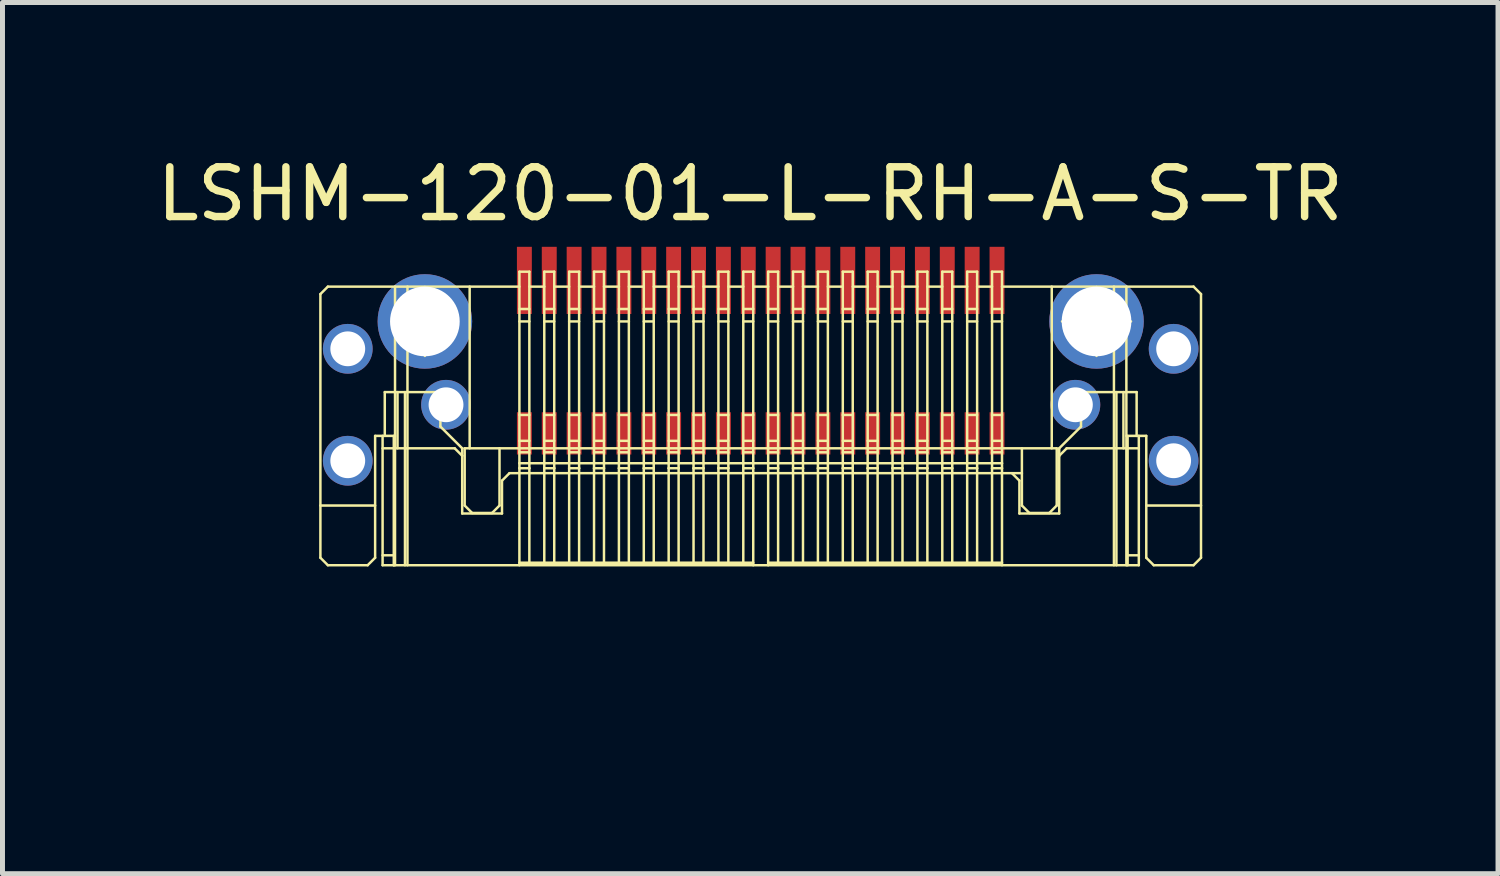
<source format=kicad_pcb>
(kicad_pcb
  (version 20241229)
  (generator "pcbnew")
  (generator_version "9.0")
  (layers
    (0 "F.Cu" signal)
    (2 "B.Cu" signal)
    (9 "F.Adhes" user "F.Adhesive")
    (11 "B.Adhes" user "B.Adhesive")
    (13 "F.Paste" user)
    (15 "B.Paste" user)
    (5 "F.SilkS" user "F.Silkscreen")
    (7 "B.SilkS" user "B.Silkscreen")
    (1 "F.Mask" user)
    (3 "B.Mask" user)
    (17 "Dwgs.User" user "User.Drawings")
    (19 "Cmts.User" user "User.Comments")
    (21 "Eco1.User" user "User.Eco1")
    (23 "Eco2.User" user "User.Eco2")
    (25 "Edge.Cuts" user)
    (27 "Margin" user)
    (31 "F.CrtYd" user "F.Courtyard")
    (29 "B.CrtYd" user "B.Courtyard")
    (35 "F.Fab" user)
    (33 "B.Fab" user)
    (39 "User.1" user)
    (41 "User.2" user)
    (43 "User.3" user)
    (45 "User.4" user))
  (footprint "LSHM-120-01-L-RH-A-S-TR"
    (layer "F.Cu")
    (at 12.24 11.261)
    (property "Reference" "LSHM-120-01-L-RH-A-S-TR" (at -0.21 -10.413 0) (layer "F.SilkS") (effects (font (size 1 1) (thickness 0.15))))
    (attr through_hole)
    (fp_line (start -8.85 -8.4) (end -8.85 -3.1) (stroke (width 0.05) (type solid)) (layer "F.SilkS"))
    (fp_line (start -8.85 -3.1) (end -8.7 -2.95) (stroke (width 0.05) (type solid)) (layer "F.SilkS"))
    (fp_line (start -8.7 -8.55) (end -8.85 -8.4) (stroke (width 0.05) (type solid)) (layer "F.SilkS"))
    (fp_line (start -8.7 -2.95) (end -7.9 -2.95) (stroke (width 0.05) (type solid)) (layer "F.SilkS"))
    (fp_line (start -8.4 -7.55) (end -8.2 -7.55) (stroke (width 0.05) (type solid)) (layer "F.SilkS"))
    (fp_line (start -8.4 -7.05) (end -8.4 -7.55) (stroke (width 0.05) (type solid)) (layer "F.SilkS"))
    (fp_line (start -8.4 -5.3) (end -8.2 -5.3) (stroke (width 0.05) (type solid)) (layer "F.SilkS"))
    (fp_line (start -8.4 -4.8) (end -8.4 -5.3) (stroke (width 0.05) (type solid)) (layer "F.SilkS"))
    (fp_line (start -8.2 -7.45) (end -8.4 -7.45) (stroke (width 0.05) (type solid)) (layer "F.SilkS"))
    (fp_line (start -8.2 -7.15) (end -8.4 -7.15) (stroke (width 0.05) (type solid)) (layer "F.SilkS"))
    (fp_line (start -8.2 -7.05) (end -8.4 -7.05) (stroke (width 0.05) (type solid)) (layer "F.SilkS"))
    (fp_line (start -8.2 -7.05) (end -8.2 -7.55) (stroke (width 0.05) (type solid)) (layer "F.SilkS"))
    (fp_line (start -8.2 -5.2) (end -8.4 -5.2) (stroke (width 0.05) (type solid)) (layer "F.SilkS"))
    (fp_line (start -8.2 -4.9) (end -8.4 -4.9) (stroke (width 0.05) (type solid)) (layer "F.SilkS"))
    (fp_line (start -8.2 -4.8) (end -8.4 -4.8) (stroke (width 0.05) (type solid)) (layer "F.SilkS"))
    (fp_line (start -8.2 -4.8) (end -8.2 -5.3) (stroke (width 0.05) (type solid)) (layer "F.SilkS"))
    (fp_line (start -7.9 -2.95) (end -7.75 -3.1) (stroke (width 0.05) (type solid)) (layer "F.SilkS"))
    (fp_line (start -7.75 -5.55) (end -7.35 -5.55) (stroke (width 0.05) (type solid)) (layer "F.SilkS"))
    (fp_line (start -7.75 -4.15) (end -8.85 -4.15) (stroke (width 0.05) (type solid)) (layer "F.SilkS"))
    (fp_line (start -7.75 -3.1) (end -7.75 -5.55) (stroke (width 0.05) (type solid)) (layer "F.SilkS"))
    (fp_line (start -7.6 -5.55) (end -7.6 -2.95) (stroke (width 0.05) (type solid)) (layer "F.SilkS"))
    (fp_line (start -7.6 -3.15) (end -7.375 -3.15) (stroke (width 0.05) (type solid)) (layer "F.SilkS"))
    (fp_line (start -7.6 -2.95) (end -7.375 -2.95) (stroke (width 0.05) (type solid)) (layer "F.SilkS"))
    (fp_line (start -7.556 -6.43) (end -7.556 -5.55) (stroke (width 0.05) (type solid)) (layer "F.SilkS"))
    (fp_line (start -7.375 -5.55) (end -7.375 -5.3) (stroke (width 0.05) (type solid)) (layer "F.SilkS"))
    (fp_line (start -7.375 -2.95) (end -7.375 -5.3) (stroke (width 0.05) (type solid)) (layer "F.SilkS"))
    (fp_line (start -7.354 -7.85) (end -6.146 -7.85) (stroke (width 0.05) (type solid)) (layer "F.SilkS"))
    (fp_line (start -7.35 -5.3) (end -7.35 -8.55) (stroke (width 0.05) (type solid)) (layer "F.SilkS"))
    (fp_line (start -7.35 -2.95) (end -7.35 -5.3) (stroke (width 0.05) (type solid)) (layer "F.SilkS"))
    (fp_line (start -7.3 -6.43) (end -7.3 -5.3) (stroke (width 0.05) (type solid)) (layer "F.SilkS"))
    (fp_line (start -7.15 -5.3) (end -7.15 -6.43) (stroke (width 0.05) (type solid)) (layer "F.SilkS"))
    (fp_line (start -7.15 -2.95) (end -7.15 -5.3) (stroke (width 0.05) (type solid)) (layer "F.SilkS"))
    (fp_line (start -7.1 -5.3) (end -7.1 -8.55) (stroke (width 0.05) (type solid)) (layer "F.SilkS"))
    (fp_line (start -7.1 -2.95) (end -7.1 -5.3) (stroke (width 0.05) (type solid)) (layer "F.SilkS"))
    (fp_line (start -6.75 -7.157) (end -6.75 -8.543) (stroke (width 0.05) (type solid)) (layer "F.SilkS"))
    (fp_line (start -6.438 -6.43) (end -6.438 -5.737) (stroke (width 0.05) (type solid)) (layer "F.SilkS"))
    (fp_line (start -6.438 -6.38) (end -6.213 -6.38) (stroke (width 0.05) (type solid)) (layer "F.SilkS"))
    (fp_line (start -6.438 -5.737) (end -6 -5.3) (stroke (width 0.05) (type solid)) (layer "F.SilkS"))
    (fp_line (start -6.213 -6.43) (end -7.556 -6.43) (stroke (width 0.05) (type solid)) (layer "F.SilkS"))
    (fp_line (start -6.213 -6.43) (end -6.213 -5.93) (stroke (width 0.05) (type solid)) (layer "F.SilkS"))
    (fp_line (start -6.213 -5.98) (end -6.438 -5.98) (stroke (width 0.05) (type solid)) (layer "F.SilkS"))
    (fp_line (start -6.213 -5.93) (end -6.438 -5.93) (stroke (width 0.05) (type solid)) (layer "F.SilkS"))
    (fp_line (start -6.15 -5.3) (end -7.6 -5.3) (stroke (width 0.05) (type solid)) (layer "F.SilkS"))
    (fp_line (start -6.15 -5.3) (end -6 -5.15) (stroke (width 0.05) (type solid)) (layer "F.SilkS"))
    (fp_line (start -6 -5.3) (end -6 -5.15) (stroke (width 0.05) (type solid)) (layer "F.SilkS"))
    (fp_line (start -6 -5.15) (end -6 -3.99) (stroke (width 0.05) (type solid)) (layer "F.SilkS"))
    (fp_line (start -6 -3.99) (end -5.2 -3.99) (stroke (width 0.05) (type solid)) (layer "F.SilkS"))
    (fp_line (start -5.95 -5.3) (end -5.95 -4.15) (stroke (width 0.05) (type solid)) (layer "F.SilkS"))
    (fp_line (start -5.95 -4.15) (end -5.8 -4) (stroke (width 0.05) (type solid)) (layer "F.SilkS"))
    (fp_line (start -5.85 -8.55) (end -5.85 -5.3) (stroke (width 0.05) (type solid)) (layer "F.SilkS"))
    (fp_line (start -5.8 -4) (end -5.4 -4) (stroke (width 0.05) (type solid)) (layer "F.SilkS"))
    (fp_line (start -5.4 -4) (end -5.25 -4.15) (stroke (width 0.05) (type solid)) (layer "F.SilkS"))
    (fp_line (start -5.25 -4.15) (end -5.25 -5.3) (stroke (width 0.05) (type solid)) (layer "F.SilkS"))
    (fp_line (start -5.2 -4.65) (end -5.05 -4.8) (stroke (width 0.05) (type solid)) (layer "F.SilkS"))
    (fp_line (start -5.2 -3.99) (end -5.2 -4.65) (stroke (width 0.05) (type solid)) (layer "F.SilkS"))
    (fp_line (start -5.05 -4.8) (end 5.25 -4.8) (stroke (width 0.05) (type solid)) (layer "F.SilkS"))
    (fp_line (start -4.85 -8.85) (end -4.85 -5) (stroke (width 0.05) (type solid)) (layer "F.SilkS"))
    (fp_line (start -4.85 -8.55) (end -8.7 -8.55) (stroke (width 0.05) (type solid)) (layer "F.SilkS"))
    (fp_line (start -4.85 -7.85) (end -4.65 -7.85) (stroke (width 0.05) (type solid)) (layer "F.SilkS"))
    (fp_line (start -4.85 -5) (end -4.85 -4.9) (stroke (width 0.05) (type solid)) (layer "F.SilkS"))
    (fp_line (start -4.85 -4.9) (end -4.85 -2.95) (stroke (width 0.05) (type solid)) (layer "F.SilkS"))
    (fp_line (start -4.85 -4.9) (end -4.65 -4.9) (stroke (width 0.05) (type solid)) (layer "F.SilkS"))
    (fp_line (start -4.65 -8.85) (end -4.85 -8.85) (stroke (width 0.05) (type solid)) (layer "F.SilkS"))
    (fp_line (start -4.65 -8.85) (end -4.65 -5) (stroke (width 0.05) (type solid)) (layer "F.SilkS"))
    (fp_line (start -4.65 -8.1) (end -4.85 -8.1) (stroke (width 0.05) (type solid)) (layer "F.SilkS"))
    (fp_line (start -4.65 -5.97) (end -4.85 -5.97) (stroke (width 0.05) (type solid)) (layer "F.SilkS"))
    (fp_line (start -4.65 -5.45) (end -4.85 -5.45) (stroke (width 0.05) (type solid)) (layer "F.SilkS"))
    (fp_line (start -4.65 -5.22) (end -4.85 -5.22) (stroke (width 0.05) (type solid)) (layer "F.SilkS"))
    (fp_line (start -4.65 -4.9) (end -4.65 -5) (stroke (width 0.05) (type solid)) (layer "F.SilkS"))
    (fp_line (start -4.65 -3) (end -4.65 -4.9) (stroke (width 0.05) (type solid)) (layer "F.SilkS"))
    (fp_line (start -4.35 -8.55) (end -4.65 -8.55) (stroke (width 0.05) (type solid)) (layer "F.SilkS"))
    (fp_line (start -4.35 -7.85) (end -4.15 -7.85) (stroke (width 0.05) (type solid)) (layer "F.SilkS"))
    (fp_line (start -4.35 -5) (end -4.35 -8.85) (stroke (width 0.05) (type solid)) (layer "F.SilkS"))
    (fp_line (start -4.35 -5) (end -4.35 -4.9) (stroke (width 0.05) (type solid)) (layer "F.SilkS"))
    (fp_line (start -4.35 -4.9) (end -4.35 -3) (stroke (width 0.05) (type solid)) (layer "F.SilkS"))
    (fp_line (start -4.35 -4.9) (end -4.15 -4.9) (stroke (width 0.05) (type solid)) (layer "F.SilkS"))
    (fp_line (start -4.15 -8.85) (end -4.35 -8.85) (stroke (width 0.05) (type solid)) (layer "F.SilkS"))
    (fp_line (start -4.15 -8.85) (end -4.15 -5) (stroke (width 0.05) (type solid)) (layer "F.SilkS"))
    (fp_line (start -4.15 -8.1) (end -4.35 -8.1) (stroke (width 0.05) (type solid)) (layer "F.SilkS"))
    (fp_line (start -4.15 -5.97) (end -4.35 -5.97) (stroke (width 0.05) (type solid)) (layer "F.SilkS"))
    (fp_line (start -4.15 -5.45) (end -4.35 -5.45) (stroke (width 0.05) (type solid)) (layer "F.SilkS"))
    (fp_line (start -4.15 -5.22) (end -4.35 -5.22) (stroke (width 0.05) (type solid)) (layer "F.SilkS"))
    (fp_line (start -4.15 -4.9) (end -4.15 -5) (stroke (width 0.05) (type solid)) (layer "F.SilkS"))
    (fp_line (start -4.15 -3) (end -4.15 -4.9) (stroke (width 0.05) (type solid)) (layer "F.SilkS"))
    (fp_line (start -3.85 -8.55) (end -4.15 -8.55) (stroke (width 0.05) (type solid)) (layer "F.SilkS"))
    (fp_line (start -3.85 -7.85) (end -3.65 -7.85) (stroke (width 0.05) (type solid)) (layer "F.SilkS"))
    (fp_line (start -3.85 -5) (end -3.85 -8.85) (stroke (width 0.05) (type solid)) (layer "F.SilkS"))
    (fp_line (start -3.85 -5) (end -3.85 -4.9) (stroke (width 0.05) (type solid)) (layer "F.SilkS"))
    (fp_line (start -3.85 -4.9) (end -3.85 -3) (stroke (width 0.05) (type solid)) (layer "F.SilkS"))
    (fp_line (start -3.85 -4.9) (end -3.65 -4.9) (stroke (width 0.05) (type solid)) (layer "F.SilkS"))
    (fp_line (start -3.65 -8.85) (end -3.85 -8.85) (stroke (width 0.05) (type solid)) (layer "F.SilkS"))
    (fp_line (start -3.65 -8.85) (end -3.65 -5) (stroke (width 0.05) (type solid)) (layer "F.SilkS"))
    (fp_line (start -3.65 -8.1) (end -3.85 -8.1) (stroke (width 0.05) (type solid)) (layer "F.SilkS"))
    (fp_line (start -3.65 -5.97) (end -3.85 -5.97) (stroke (width 0.05) (type solid)) (layer "F.SilkS"))
    (fp_line (start -3.65 -5.45) (end -3.85 -5.45) (stroke (width 0.05) (type solid)) (layer "F.SilkS"))
    (fp_line (start -3.65 -5.22) (end -3.85 -5.22) (stroke (width 0.05) (type solid)) (layer "F.SilkS"))
    (fp_line (start -3.65 -4.9) (end -3.65 -5) (stroke (width 0.05) (type solid)) (layer "F.SilkS"))
    (fp_line (start -3.65 -3) (end -3.65 -4.9) (stroke (width 0.05) (type solid)) (layer "F.SilkS"))
    (fp_line (start -3.35 -8.55) (end -3.65 -8.55) (stroke (width 0.05) (type solid)) (layer "F.SilkS"))
    (fp_line (start -3.35 -7.85) (end -3.15 -7.85) (stroke (width 0.05) (type solid)) (layer "F.SilkS"))
    (fp_line (start -3.35 -5) (end -3.35 -8.85) (stroke (width 0.05) (type solid)) (layer "F.SilkS"))
    (fp_line (start -3.35 -5) (end -3.35 -4.9) (stroke (width 0.05) (type solid)) (layer "F.SilkS"))
    (fp_line (start -3.35 -4.9) (end -3.35 -3) (stroke (width 0.05) (type solid)) (layer "F.SilkS"))
    (fp_line (start -3.35 -4.9) (end -3.15 -4.9) (stroke (width 0.05) (type solid)) (layer "F.SilkS"))
    (fp_line (start -3.15 -8.85) (end -3.35 -8.85) (stroke (width 0.05) (type solid)) (layer "F.SilkS"))
    (fp_line (start -3.15 -8.85) (end -3.15 -5) (stroke (width 0.05) (type solid)) (layer "F.SilkS"))
    (fp_line (start -3.15 -8.1) (end -3.35 -8.1) (stroke (width 0.05) (type solid)) (layer "F.SilkS"))
    (fp_line (start -3.15 -5.97) (end -3.35 -5.97) (stroke (width 0.05) (type solid)) (layer "F.SilkS"))
    (fp_line (start -3.15 -5.45) (end -3.35 -5.45) (stroke (width 0.05) (type solid)) (layer "F.SilkS"))
    (fp_line (start -3.15 -5.22) (end -3.35 -5.22) (stroke (width 0.05) (type solid)) (layer "F.SilkS"))
    (fp_line (start -3.15 -4.9) (end -3.15 -5) (stroke (width 0.05) (type solid)) (layer "F.SilkS"))
    (fp_line (start -3.15 -3) (end -3.15 -4.9) (stroke (width 0.05) (type solid)) (layer "F.SilkS"))
    (fp_line (start -2.85 -8.55) (end -3.15 -8.55) (stroke (width 0.05) (type solid)) (layer "F.SilkS"))
    (fp_line (start -2.85 -7.85) (end -2.65 -7.85) (stroke (width 0.05) (type solid)) (layer "F.SilkS"))
    (fp_line (start -2.85 -5) (end -2.85 -8.85) (stroke (width 0.05) (type solid)) (layer "F.SilkS"))
    (fp_line (start -2.85 -5) (end -2.85 -4.9) (stroke (width 0.05) (type solid)) (layer "F.SilkS"))
    (fp_line (start -2.85 -4.9) (end -2.85 -3) (stroke (width 0.05) (type solid)) (layer "F.SilkS"))
    (fp_line (start -2.85 -4.9) (end -2.65 -4.9) (stroke (width 0.05) (type solid)) (layer "F.SilkS"))
    (fp_line (start -2.65 -8.85) (end -2.85 -8.85) (stroke (width 0.05) (type solid)) (layer "F.SilkS"))
    (fp_line (start -2.65 -8.85) (end -2.65 -5) (stroke (width 0.05) (type solid)) (layer "F.SilkS"))
    (fp_line (start -2.65 -8.1) (end -2.85 -8.1) (stroke (width 0.05) (type solid)) (layer "F.SilkS"))
    (fp_line (start -2.65 -5.97) (end -2.85 -5.97) (stroke (width 0.05) (type solid)) (layer "F.SilkS"))
    (fp_line (start -2.65 -5.45) (end -2.85 -5.45) (stroke (width 0.05) (type solid)) (layer "F.SilkS"))
    (fp_line (start -2.65 -5.22) (end -2.85 -5.22) (stroke (width 0.05) (type solid)) (layer "F.SilkS"))
    (fp_line (start -2.65 -4.9) (end -2.65 -5) (stroke (width 0.05) (type solid)) (layer "F.SilkS"))
    (fp_line (start -2.65 -3) (end -2.65 -4.9) (stroke (width 0.05) (type solid)) (layer "F.SilkS"))
    (fp_line (start -2.35 -8.55) (end -2.65 -8.55) (stroke (width 0.05) (type solid)) (layer "F.SilkS"))
    (fp_line (start -2.35 -7.85) (end -2.15 -7.85) (stroke (width 0.05) (type solid)) (layer "F.SilkS"))
    (fp_line (start -2.35 -5) (end -2.35 -8.85) (stroke (width 0.05) (type solid)) (layer "F.SilkS"))
    (fp_line (start -2.35 -5) (end -2.35 -4.9) (stroke (width 0.05) (type solid)) (layer "F.SilkS"))
    (fp_line (start -2.35 -4.9) (end -2.35 -3) (stroke (width 0.05) (type solid)) (layer "F.SilkS"))
    (fp_line (start -2.35 -4.9) (end -2.15 -4.9) (stroke (width 0.05) (type solid)) (layer "F.SilkS"))
    (fp_line (start -2.15 -8.85) (end -2.35 -8.85) (stroke (width 0.05) (type solid)) (layer "F.SilkS"))
    (fp_line (start -2.15 -8.85) (end -2.15 -5) (stroke (width 0.05) (type solid)) (layer "F.SilkS"))
    (fp_line (start -2.15 -8.1) (end -2.35 -8.1) (stroke (width 0.05) (type solid)) (layer "F.SilkS"))
    (fp_line (start -2.15 -5.97) (end -2.35 -5.97) (stroke (width 0.05) (type solid)) (layer "F.SilkS"))
    (fp_line (start -2.15 -5.45) (end -2.35 -5.45) (stroke (width 0.05) (type solid)) (layer "F.SilkS"))
    (fp_line (start -2.15 -5.22) (end -2.35 -5.22) (stroke (width 0.05) (type solid)) (layer "F.SilkS"))
    (fp_line (start -2.15 -4.9) (end -2.15 -5) (stroke (width 0.05) (type solid)) (layer "F.SilkS"))
    (fp_line (start -2.15 -3) (end -2.15 -4.9) (stroke (width 0.05) (type solid)) (layer "F.SilkS"))
    (fp_line (start -1.85 -8.55) (end -2.15 -8.55) (stroke (width 0.05) (type solid)) (layer "F.SilkS"))
    (fp_line (start -1.85 -7.85) (end -1.65 -7.85) (stroke (width 0.05) (type solid)) (layer "F.SilkS"))
    (fp_line (start -1.85 -5) (end -1.85 -8.85) (stroke (width 0.05) (type solid)) (layer "F.SilkS"))
    (fp_line (start -1.85 -5) (end -1.85 -4.9) (stroke (width 0.05) (type solid)) (layer "F.SilkS"))
    (fp_line (start -1.85 -4.9) (end -1.85 -3) (stroke (width 0.05) (type solid)) (layer "F.SilkS"))
    (fp_line (start -1.85 -4.9) (end -1.65 -4.9) (stroke (width 0.05) (type solid)) (layer "F.SilkS"))
    (fp_line (start -1.65 -8.85) (end -1.85 -8.85) (stroke (width 0.05) (type solid)) (layer "F.SilkS"))
    (fp_line (start -1.65 -8.85) (end -1.65 -5) (stroke (width 0.05) (type solid)) (layer "F.SilkS"))
    (fp_line (start -1.65 -8.1) (end -1.85 -8.1) (stroke (width 0.05) (type solid)) (layer "F.SilkS"))
    (fp_line (start -1.65 -5.97) (end -1.85 -5.97) (stroke (width 0.05) (type solid)) (layer "F.SilkS"))
    (fp_line (start -1.65 -5.45) (end -1.85 -5.45) (stroke (width 0.05) (type solid)) (layer "F.SilkS"))
    (fp_line (start -1.65 -5.22) (end -1.85 -5.22) (stroke (width 0.05) (type solid)) (layer "F.SilkS"))
    (fp_line (start -1.65 -4.9) (end -1.65 -5) (stroke (width 0.05) (type solid)) (layer "F.SilkS"))
    (fp_line (start -1.65 -3) (end -1.65 -4.9) (stroke (width 0.05) (type solid)) (layer "F.SilkS"))
    (fp_line (start -1.35 -8.55) (end -1.65 -8.55) (stroke (width 0.05) (type solid)) (layer "F.SilkS"))
    (fp_line (start -1.35 -7.85) (end -1.15 -7.85) (stroke (width 0.05) (type solid)) (layer "F.SilkS"))
    (fp_line (start -1.35 -5) (end -1.35 -8.85) (stroke (width 0.05) (type solid)) (layer "F.SilkS"))
    (fp_line (start -1.35 -5) (end -1.35 -4.9) (stroke (width 0.05) (type solid)) (layer "F.SilkS"))
    (fp_line (start -1.35 -4.9) (end -1.35 -3) (stroke (width 0.05) (type solid)) (layer "F.SilkS"))
    (fp_line (start -1.35 -4.9) (end -1.15 -4.9) (stroke (width 0.05) (type solid)) (layer "F.SilkS"))
    (fp_line (start -1.15 -8.85) (end -1.35 -8.85) (stroke (width 0.05) (type solid)) (layer "F.SilkS"))
    (fp_line (start -1.15 -8.85) (end -1.15 -5) (stroke (width 0.05) (type solid)) (layer "F.SilkS"))
    (fp_line (start -1.15 -8.1) (end -1.35 -8.1) (stroke (width 0.05) (type solid)) (layer "F.SilkS"))
    (fp_line (start -1.15 -5.97) (end -1.35 -5.97) (stroke (width 0.05) (type solid)) (layer "F.SilkS"))
    (fp_line (start -1.15 -5.45) (end -1.35 -5.45) (stroke (width 0.05) (type solid)) (layer "F.SilkS"))
    (fp_line (start -1.15 -5.22) (end -1.35 -5.22) (stroke (width 0.05) (type solid)) (layer "F.SilkS"))
    (fp_line (start -1.15 -4.9) (end -1.15 -5) (stroke (width 0.05) (type solid)) (layer "F.SilkS"))
    (fp_line (start -1.15 -3) (end -1.15 -4.9) (stroke (width 0.05) (type solid)) (layer "F.SilkS"))
    (fp_line (start -0.85 -8.55) (end -1.15 -8.55) (stroke (width 0.05) (type solid)) (layer "F.SilkS"))
    (fp_line (start -0.85 -7.85) (end -0.65 -7.85) (stroke (width 0.05) (type solid)) (layer "F.SilkS"))
    (fp_line (start -0.85 -5) (end -0.85 -8.85) (stroke (width 0.05) (type solid)) (layer "F.SilkS"))
    (fp_line (start -0.85 -5) (end -0.85 -4.9) (stroke (width 0.05) (type solid)) (layer "F.SilkS"))
    (fp_line (start -0.85 -4.9) (end -0.85 -3) (stroke (width 0.05) (type solid)) (layer "F.SilkS"))
    (fp_line (start -0.85 -4.9) (end -0.65 -4.9) (stroke (width 0.05) (type solid)) (layer "F.SilkS"))
    (fp_line (start -0.65 -8.85) (end -0.85 -8.85) (stroke (width 0.05) (type solid)) (layer "F.SilkS"))
    (fp_line (start -0.65 -8.85) (end -0.65 -5) (stroke (width 0.05) (type solid)) (layer "F.SilkS"))
    (fp_line (start -0.65 -8.1) (end -0.85 -8.1) (stroke (width 0.05) (type solid)) (layer "F.SilkS"))
    (fp_line (start -0.65 -5.97) (end -0.85 -5.97) (stroke (width 0.05) (type solid)) (layer "F.SilkS"))
    (fp_line (start -0.65 -5.45) (end -0.85 -5.45) (stroke (width 0.05) (type solid)) (layer "F.SilkS"))
    (fp_line (start -0.65 -5.22) (end -0.85 -5.22) (stroke (width 0.05) (type solid)) (layer "F.SilkS"))
    (fp_line (start -0.65 -4.9) (end -0.65 -5) (stroke (width 0.05) (type solid)) (layer "F.SilkS"))
    (fp_line (start -0.65 -3) (end -0.65 -4.9) (stroke (width 0.05) (type solid)) (layer "F.SilkS"))
    (fp_line (start -0.35 -8.55) (end -0.65 -8.55) (stroke (width 0.05) (type solid)) (layer "F.SilkS"))
    (fp_line (start -0.35 -7.85) (end -0.15 -7.85) (stroke (width 0.05) (type solid)) (layer "F.SilkS"))
    (fp_line (start -0.35 -5) (end -0.35 -8.85) (stroke (width 0.05) (type solid)) (layer "F.SilkS"))
    (fp_line (start -0.35 -5) (end -0.35 -4.9) (stroke (width 0.05) (type solid)) (layer "F.SilkS"))
    (fp_line (start -0.35 -4.9) (end -0.35 -3) (stroke (width 0.05) (type solid)) (layer "F.SilkS"))
    (fp_line (start -0.35 -4.9) (end -0.15 -4.9) (stroke (width 0.05) (type solid)) (layer "F.SilkS"))
    (fp_line (start -0.15 -8.85) (end -0.35 -8.85) (stroke (width 0.05) (type solid)) (layer "F.SilkS"))
    (fp_line (start -0.15 -8.85) (end -0.15 -5) (stroke (width 0.05) (type solid)) (layer "F.SilkS"))
    (fp_line (start -0.15 -8.1) (end -0.35 -8.1) (stroke (width 0.05) (type solid)) (layer "F.SilkS"))
    (fp_line (start -0.15 -5.97) (end -0.35 -5.97) (stroke (width 0.05) (type solid)) (layer "F.SilkS"))
    (fp_line (start -0.15 -5.45) (end -0.35 -5.45) (stroke (width 0.05) (type solid)) (layer "F.SilkS"))
    (fp_line (start -0.15 -5.22) (end -0.35 -5.22) (stroke (width 0.05) (type solid)) (layer "F.SilkS"))
    (fp_line (start -0.15 -4.9) (end -0.15 -5) (stroke (width 0.05) (type solid)) (layer "F.SilkS"))
    (fp_line (start -0.15 -4.9) (end -0.15 -2.95) (stroke (width 0.05) (type solid)) (layer "F.SilkS"))
    (fp_line (start -0.15 -3) (end -4.85 -3) (stroke (width 0.05) (type solid)) (layer "F.SilkS"))
    (fp_line (start 0.15 -8.85) (end 0.15 -5) (stroke (width 0.05) (type solid)) (layer "F.SilkS"))
    (fp_line (start 0.15 -8.55) (end -0.15 -8.55) (stroke (width 0.05) (type solid)) (layer "F.SilkS"))
    (fp_line (start 0.15 -7.85) (end 0.35 -7.85) (stroke (width 0.05) (type solid)) (layer "F.SilkS"))
    (fp_line (start 0.15 -5) (end 0.15 -4.9) (stroke (width 0.05) (type solid)) (layer "F.SilkS"))
    (fp_line (start 0.15 -4.9) (end 0.15 -2.95) (stroke (width 0.05) (type solid)) (layer "F.SilkS"))
    (fp_line (start 0.15 -4.9) (end 0.35 -4.9) (stroke (width 0.05) (type solid)) (layer "F.SilkS"))
    (fp_line (start 0.35 -8.85) (end 0.15 -8.85) (stroke (width 0.05) (type solid)) (layer "F.SilkS"))
    (fp_line (start 0.35 -8.85) (end 0.35 -5) (stroke (width 0.05) (type solid)) (layer "F.SilkS"))
    (fp_line (start 0.35 -8.1) (end 0.15 -8.1) (stroke (width 0.05) (type solid)) (layer "F.SilkS"))
    (fp_line (start 0.35 -5.97) (end 0.15 -5.97) (stroke (width 0.05) (type solid)) (layer "F.SilkS"))
    (fp_line (start 0.35 -5.45) (end 0.15 -5.45) (stroke (width 0.05) (type solid)) (layer "F.SilkS"))
    (fp_line (start 0.35 -5.22) (end 0.15 -5.22) (stroke (width 0.05) (type solid)) (layer "F.SilkS"))
    (fp_line (start 0.35 -4.9) (end 0.35 -5) (stroke (width 0.05) (type solid)) (layer "F.SilkS"))
    (fp_line (start 0.35 -3) (end 0.35 -4.9) (stroke (width 0.05) (type solid)) (layer "F.SilkS"))
    (fp_line (start 0.65 -8.55) (end 0.35 -8.55) (stroke (width 0.05) (type solid)) (layer "F.SilkS"))
    (fp_line (start 0.65 -7.85) (end 0.85 -7.85) (stroke (width 0.05) (type solid)) (layer "F.SilkS"))
    (fp_line (start 0.65 -5) (end 0.65 -8.85) (stroke (width 0.05) (type solid)) (layer "F.SilkS"))
    (fp_line (start 0.65 -5) (end 0.65 -4.9) (stroke (width 0.05) (type solid)) (layer "F.SilkS"))
    (fp_line (start 0.65 -4.9) (end 0.65 -3) (stroke (width 0.05) (type solid)) (layer "F.SilkS"))
    (fp_line (start 0.65 -4.9) (end 0.85 -4.9) (stroke (width 0.05) (type solid)) (layer "F.SilkS"))
    (fp_line (start 0.85 -8.85) (end 0.65 -8.85) (stroke (width 0.05) (type solid)) (layer "F.SilkS"))
    (fp_line (start 0.85 -8.85) (end 0.85 -5) (stroke (width 0.05) (type solid)) (layer "F.SilkS"))
    (fp_line (start 0.85 -8.1) (end 0.65 -8.1) (stroke (width 0.05) (type solid)) (layer "F.SilkS"))
    (fp_line (start 0.85 -5.97) (end 0.65 -5.97) (stroke (width 0.05) (type solid)) (layer "F.SilkS"))
    (fp_line (start 0.85 -5.45) (end 0.65 -5.45) (stroke (width 0.05) (type solid)) (layer "F.SilkS"))
    (fp_line (start 0.85 -5.22) (end 0.65 -5.22) (stroke (width 0.05) (type solid)) (layer "F.SilkS"))
    (fp_line (start 0.85 -4.9) (end 0.85 -5) (stroke (width 0.05) (type solid)) (layer "F.SilkS"))
    (fp_line (start 0.85 -3) (end 0.85 -4.9) (stroke (width 0.05) (type solid)) (layer "F.SilkS"))
    (fp_line (start 1.15 -8.55) (end 0.85 -8.55) (stroke (width 0.05) (type solid)) (layer "F.SilkS"))
    (fp_line (start 1.15 -7.85) (end 1.35 -7.85) (stroke (width 0.05) (type solid)) (layer "F.SilkS"))
    (fp_line (start 1.15 -5) (end 1.15 -8.85) (stroke (width 0.05) (type solid)) (layer "F.SilkS"))
    (fp_line (start 1.15 -5) (end 1.15 -4.9) (stroke (width 0.05) (type solid)) (layer "F.SilkS"))
    (fp_line (start 1.15 -4.9) (end 1.15 -3) (stroke (width 0.05) (type solid)) (layer "F.SilkS"))
    (fp_line (start 1.15 -4.9) (end 1.35 -4.9) (stroke (width 0.05) (type solid)) (layer "F.SilkS"))
    (fp_line (start 1.35 -8.85) (end 1.15 -8.85) (stroke (width 0.05) (type solid)) (layer "F.SilkS"))
    (fp_line (start 1.35 -8.85) (end 1.35 -5) (stroke (width 0.05) (type solid)) (layer "F.SilkS"))
    (fp_line (start 1.35 -8.1) (end 1.15 -8.1) (stroke (width 0.05) (type solid)) (layer "F.SilkS"))
    (fp_line (start 1.35 -5.97) (end 1.15 -5.97) (stroke (width 0.05) (type solid)) (layer "F.SilkS"))
    (fp_line (start 1.35 -5.45) (end 1.15 -5.45) (stroke (width 0.05) (type solid)) (layer "F.SilkS"))
    (fp_line (start 1.35 -5.22) (end 1.15 -5.22) (stroke (width 0.05) (type solid)) (layer "F.SilkS"))
    (fp_line (start 1.35 -4.9) (end 1.35 -5) (stroke (width 0.05) (type solid)) (layer "F.SilkS"))
    (fp_line (start 1.35 -3) (end 1.35 -4.9) (stroke (width 0.05) (type solid)) (layer "F.SilkS"))
    (fp_line (start 1.65 -8.55) (end 1.35 -8.55) (stroke (width 0.05) (type solid)) (layer "F.SilkS"))
    (fp_line (start 1.65 -7.85) (end 1.85 -7.85) (stroke (width 0.05) (type solid)) (layer "F.SilkS"))
    (fp_line (start 1.65 -5) (end 1.65 -8.85) (stroke (width 0.05) (type solid)) (layer "F.SilkS"))
    (fp_line (start 1.65 -5) (end 1.65 -4.9) (stroke (width 0.05) (type solid)) (layer "F.SilkS"))
    (fp_line (start 1.65 -4.9) (end 1.65 -3) (stroke (width 0.05) (type solid)) (layer "F.SilkS"))
    (fp_line (start 1.65 -4.9) (end 1.85 -4.9) (stroke (width 0.05) (type solid)) (layer "F.SilkS"))
    (fp_line (start 1.85 -8.85) (end 1.65 -8.85) (stroke (width 0.05) (type solid)) (layer "F.SilkS"))
    (fp_line (start 1.85 -8.85) (end 1.85 -5) (stroke (width 0.05) (type solid)) (layer "F.SilkS"))
    (fp_line (start 1.85 -8.1) (end 1.65 -8.1) (stroke (width 0.05) (type solid)) (layer "F.SilkS"))
    (fp_line (start 1.85 -5.97) (end 1.65 -5.97) (stroke (width 0.05) (type solid)) (layer "F.SilkS"))
    (fp_line (start 1.85 -5.45) (end 1.65 -5.45) (stroke (width 0.05) (type solid)) (layer "F.SilkS"))
    (fp_line (start 1.85 -5.22) (end 1.65 -5.22) (stroke (width 0.05) (type solid)) (layer "F.SilkS"))
    (fp_line (start 1.85 -4.9) (end 1.85 -5) (stroke (width 0.05) (type solid)) (layer "F.SilkS"))
    (fp_line (start 1.85 -3) (end 1.85 -4.9) (stroke (width 0.05) (type solid)) (layer "F.SilkS"))
    (fp_line (start 2.15 -8.55) (end 1.85 -8.55) (stroke (width 0.05) (type solid)) (layer "F.SilkS"))
    (fp_line (start 2.15 -7.85) (end 2.35 -7.85) (stroke (width 0.05) (type solid)) (layer "F.SilkS"))
    (fp_line (start 2.15 -5) (end 2.15 -8.85) (stroke (width 0.05) (type solid)) (layer "F.SilkS"))
    (fp_line (start 2.15 -5) (end 2.15 -4.9) (stroke (width 0.05) (type solid)) (layer "F.SilkS"))
    (fp_line (start 2.15 -4.9) (end 2.15 -3) (stroke (width 0.05) (type solid)) (layer "F.SilkS"))
    (fp_line (start 2.15 -4.9) (end 2.35 -4.9) (stroke (width 0.05) (type solid)) (layer "F.SilkS"))
    (fp_line (start 2.35 -8.85) (end 2.15 -8.85) (stroke (width 0.05) (type solid)) (layer "F.SilkS"))
    (fp_line (start 2.35 -8.85) (end 2.35 -5) (stroke (width 0.05) (type solid)) (layer "F.SilkS"))
    (fp_line (start 2.35 -8.1) (end 2.15 -8.1) (stroke (width 0.05) (type solid)) (layer "F.SilkS"))
    (fp_line (start 2.35 -5.97) (end 2.15 -5.97) (stroke (width 0.05) (type solid)) (layer "F.SilkS"))
    (fp_line (start 2.35 -5.45) (end 2.15 -5.45) (stroke (width 0.05) (type solid)) (layer "F.SilkS"))
    (fp_line (start 2.35 -5.22) (end 2.15 -5.22) (stroke (width 0.05) (type solid)) (layer "F.SilkS"))
    (fp_line (start 2.35 -4.9) (end 2.35 -5) (stroke (width 0.05) (type solid)) (layer "F.SilkS"))
    (fp_line (start 2.35 -3) (end 2.35 -4.9) (stroke (width 0.05) (type solid)) (layer "F.SilkS"))
    (fp_line (start 2.65 -8.55) (end 2.35 -8.55) (stroke (width 0.05) (type solid)) (layer "F.SilkS"))
    (fp_line (start 2.65 -7.85) (end 2.85 -7.85) (stroke (width 0.05) (type solid)) (layer "F.SilkS"))
    (fp_line (start 2.65 -5) (end 2.65 -8.85) (stroke (width 0.05) (type solid)) (layer "F.SilkS"))
    (fp_line (start 2.65 -5) (end 2.65 -4.9) (stroke (width 0.05) (type solid)) (layer "F.SilkS"))
    (fp_line (start 2.65 -4.9) (end 2.65 -3) (stroke (width 0.05) (type solid)) (layer "F.SilkS"))
    (fp_line (start 2.65 -4.9) (end 2.85 -4.9) (stroke (width 0.05) (type solid)) (layer "F.SilkS"))
    (fp_line (start 2.85 -8.85) (end 2.65 -8.85) (stroke (width 0.05) (type solid)) (layer "F.SilkS"))
    (fp_line (start 2.85 -8.85) (end 2.85 -5) (stroke (width 0.05) (type solid)) (layer "F.SilkS"))
    (fp_line (start 2.85 -8.1) (end 2.65 -8.1) (stroke (width 0.05) (type solid)) (layer "F.SilkS"))
    (fp_line (start 2.85 -5.97) (end 2.65 -5.97) (stroke (width 0.05) (type solid)) (layer "F.SilkS"))
    (fp_line (start 2.85 -5.45) (end 2.65 -5.45) (stroke (width 0.05) (type solid)) (layer "F.SilkS"))
    (fp_line (start 2.85 -5.22) (end 2.65 -5.22) (stroke (width 0.05) (type solid)) (layer "F.SilkS"))
    (fp_line (start 2.85 -4.9) (end 2.85 -5) (stroke (width 0.05) (type solid)) (layer "F.SilkS"))
    (fp_line (start 2.85 -3) (end 2.85 -4.9) (stroke (width 0.05) (type solid)) (layer "F.SilkS"))
    (fp_line (start 3.15 -8.55) (end 2.85 -8.55) (stroke (width 0.05) (type solid)) (layer "F.SilkS"))
    (fp_line (start 3.15 -7.85) (end 3.35 -7.85) (stroke (width 0.05) (type solid)) (layer "F.SilkS"))
    (fp_line (start 3.15 -5) (end 3.15 -8.85) (stroke (width 0.05) (type solid)) (layer "F.SilkS"))
    (fp_line (start 3.15 -5) (end 3.15 -4.9) (stroke (width 0.05) (type solid)) (layer "F.SilkS"))
    (fp_line (start 3.15 -4.9) (end 3.15 -3) (stroke (width 0.05) (type solid)) (layer "F.SilkS"))
    (fp_line (start 3.15 -4.9) (end 3.35 -4.9) (stroke (width 0.05) (type solid)) (layer "F.SilkS"))
    (fp_line (start 3.35 -8.85) (end 3.15 -8.85) (stroke (width 0.05) (type solid)) (layer "F.SilkS"))
    (fp_line (start 3.35 -8.85) (end 3.35 -5) (stroke (width 0.05) (type solid)) (layer "F.SilkS"))
    (fp_line (start 3.35 -8.1) (end 3.15 -8.1) (stroke (width 0.05) (type solid)) (layer "F.SilkS"))
    (fp_line (start 3.35 -5.97) (end 3.15 -5.97) (stroke (width 0.05) (type solid)) (layer "F.SilkS"))
    (fp_line (start 3.35 -5.45) (end 3.15 -5.45) (stroke (width 0.05) (type solid)) (layer "F.SilkS"))
    (fp_line (start 3.35 -5.22) (end 3.15 -5.22) (stroke (width 0.05) (type solid)) (layer "F.SilkS"))
    (fp_line (start 3.35 -4.9) (end 3.35 -5) (stroke (width 0.05) (type solid)) (layer "F.SilkS"))
    (fp_line (start 3.35 -3) (end 3.35 -4.9) (stroke (width 0.05) (type solid)) (layer "F.SilkS"))
    (fp_line (start 3.65 -8.55) (end 3.35 -8.55) (stroke (width 0.05) (type solid)) (layer "F.SilkS"))
    (fp_line (start 3.65 -7.85) (end 3.85 -7.85) (stroke (width 0.05) (type solid)) (layer "F.SilkS"))
    (fp_line (start 3.65 -5) (end 3.65 -8.85) (stroke (width 0.05) (type solid)) (layer "F.SilkS"))
    (fp_line (start 3.65 -5) (end 3.65 -4.9) (stroke (width 0.05) (type solid)) (layer "F.SilkS"))
    (fp_line (start 3.65 -4.9) (end 3.65 -3) (stroke (width 0.05) (type solid)) (layer "F.SilkS"))
    (fp_line (start 3.65 -4.9) (end 3.85 -4.9) (stroke (width 0.05) (type solid)) (layer "F.SilkS"))
    (fp_line (start 3.85 -8.85) (end 3.65 -8.85) (stroke (width 0.05) (type solid)) (layer "F.SilkS"))
    (fp_line (start 3.85 -8.85) (end 3.85 -5) (stroke (width 0.05) (type solid)) (layer "F.SilkS"))
    (fp_line (start 3.85 -8.1) (end 3.65 -8.1) (stroke (width 0.05) (type solid)) (layer "F.SilkS"))
    (fp_line (start 3.85 -5.97) (end 3.65 -5.97) (stroke (width 0.05) (type solid)) (layer "F.SilkS"))
    (fp_line (start 3.85 -5.45) (end 3.65 -5.45) (stroke (width 0.05) (type solid)) (layer "F.SilkS"))
    (fp_line (start 3.85 -5.22) (end 3.65 -5.22) (stroke (width 0.05) (type solid)) (layer "F.SilkS"))
    (fp_line (start 3.85 -4.9) (end 3.85 -5) (stroke (width 0.05) (type solid)) (layer "F.SilkS"))
    (fp_line (start 3.85 -3) (end 3.85 -4.9) (stroke (width 0.05) (type solid)) (layer "F.SilkS"))
    (fp_line (start 4.15 -8.55) (end 3.85 -8.55) (stroke (width 0.05) (type solid)) (layer "F.SilkS"))
    (fp_line (start 4.15 -7.85) (end 4.35 -7.85) (stroke (width 0.05) (type solid)) (layer "F.SilkS"))
    (fp_line (start 4.15 -5) (end 4.15 -8.85) (stroke (width 0.05) (type solid)) (layer "F.SilkS"))
    (fp_line (start 4.15 -5) (end 4.15 -4.9) (stroke (width 0.05) (type solid)) (layer "F.SilkS"))
    (fp_line (start 4.15 -4.9) (end 4.15 -3) (stroke (width 0.05) (type solid)) (layer "F.SilkS"))
    (fp_line (start 4.15 -4.9) (end 4.35 -4.9) (stroke (width 0.05) (type solid)) (layer "F.SilkS"))
    (fp_line (start 4.35 -8.85) (end 4.15 -8.85) (stroke (width 0.05) (type solid)) (layer "F.SilkS"))
    (fp_line (start 4.35 -8.85) (end 4.35 -5) (stroke (width 0.05) (type solid)) (layer "F.SilkS"))
    (fp_line (start 4.35 -8.1) (end 4.15 -8.1) (stroke (width 0.05) (type solid)) (layer "F.SilkS"))
    (fp_line (start 4.35 -5.97) (end 4.15 -5.97) (stroke (width 0.05) (type solid)) (layer "F.SilkS"))
    (fp_line (start 4.35 -5.45) (end 4.15 -5.45) (stroke (width 0.05) (type solid)) (layer "F.SilkS"))
    (fp_line (start 4.35 -5.22) (end 4.15 -5.22) (stroke (width 0.05) (type solid)) (layer "F.SilkS"))
    (fp_line (start 4.35 -4.9) (end 4.35 -5) (stroke (width 0.05) (type solid)) (layer "F.SilkS"))
    (fp_line (start 4.35 -3) (end 4.35 -4.9) (stroke (width 0.05) (type solid)) (layer "F.SilkS"))
    (fp_line (start 4.65 -8.55) (end 4.35 -8.55) (stroke (width 0.05) (type solid)) (layer "F.SilkS"))
    (fp_line (start 4.65 -7.85) (end 4.85 -7.85) (stroke (width 0.05) (type solid)) (layer "F.SilkS"))
    (fp_line (start 4.65 -5) (end 4.65 -8.85) (stroke (width 0.05) (type solid)) (layer "F.SilkS"))
    (fp_line (start 4.65 -5) (end 4.65 -4.9) (stroke (width 0.05) (type solid)) (layer "F.SilkS"))
    (fp_line (start 4.65 -4.9) (end 4.65 -3) (stroke (width 0.05) (type solid)) (layer "F.SilkS"))
    (fp_line (start 4.65 -4.9) (end 4.85 -4.9) (stroke (width 0.05) (type solid)) (layer "F.SilkS"))
    (fp_line (start 4.85 -8.85) (end 4.65 -8.85) (stroke (width 0.05) (type solid)) (layer "F.SilkS"))
    (fp_line (start 4.85 -8.85) (end 4.85 -5) (stroke (width 0.05) (type solid)) (layer "F.SilkS"))
    (fp_line (start 4.85 -8.1) (end 4.65 -8.1) (stroke (width 0.05) (type solid)) (layer "F.SilkS"))
    (fp_line (start 4.85 -5.97) (end 4.65 -5.97) (stroke (width 0.05) (type solid)) (layer "F.SilkS"))
    (fp_line (start 4.85 -5.45) (end 4.65 -5.45) (stroke (width 0.05) (type solid)) (layer "F.SilkS"))
    (fp_line (start 4.85 -5.22) (end 4.65 -5.22) (stroke (width 0.05) (type solid)) (layer "F.SilkS"))
    (fp_line (start 4.85 -5) (end -4.85 -5) (stroke (width 0.05) (type solid)) (layer "F.SilkS"))
    (fp_line (start 4.85 -4.9) (end 4.85 -5) (stroke (width 0.05) (type solid)) (layer "F.SilkS"))
    (fp_line (start 4.85 -4.9) (end 4.85 -2.95) (stroke (width 0.05) (type solid)) (layer "F.SilkS"))
    (fp_line (start 4.85 -3) (end 0.15 -3) (stroke (width 0.05) (type solid)) (layer "F.SilkS"))
    (fp_line (start 5.05 -4.8) (end 5.2 -4.65) (stroke (width 0.05) (type solid)) (layer "F.SilkS"))
    (fp_line (start 5.2 -4.65) (end 5.2 -3.99) (stroke (width 0.05) (type solid)) (layer "F.SilkS"))
    (fp_line (start 5.2 -3.99) (end 6 -3.99) (stroke (width 0.05) (type solid)) (layer "F.SilkS"))
    (fp_line (start 5.25 -5.3) (end 5.25 -4.15) (stroke (width 0.05) (type solid)) (layer "F.SilkS"))
    (fp_line (start 5.25 -4.15) (end 5.4 -4) (stroke (width 0.05) (type solid)) (layer "F.SilkS"))
    (fp_line (start 5.4 -4) (end 5.8 -4) (stroke (width 0.05) (type solid)) (layer "F.SilkS"))
    (fp_line (start 5.8 -4) (end 5.95 -4.15) (stroke (width 0.05) (type solid)) (layer "F.SilkS"))
    (fp_line (start 5.85 -8.55) (end 5.85 -5.3) (stroke (width 0.05) (type solid)) (layer "F.SilkS"))
    (fp_line (start 5.95 -5.3) (end -5.95 -5.3) (stroke (width 0.05) (type solid)) (layer "F.SilkS"))
    (fp_line (start 5.95 -4.15) (end 5.95 -5.3) (stroke (width 0.05) (type solid)) (layer "F.SilkS"))
    (fp_line (start 6 -5.3) (end 6.438 -5.737) (stroke (width 0.05) (type solid)) (layer "F.SilkS"))
    (fp_line (start 6 -5.15) (end 6 -5.3) (stroke (width 0.05) (type solid)) (layer "F.SilkS"))
    (fp_line (start 6 -5.15) (end 6.15 -5.3) (stroke (width 0.05) (type solid)) (layer "F.SilkS"))
    (fp_line (start 6 -3.99) (end 6 -5.15) (stroke (width 0.05) (type solid)) (layer "F.SilkS"))
    (fp_line (start 6.057 -7.85) (end 7.443 -7.85) (stroke (width 0.05) (type solid)) (layer "F.SilkS"))
    (fp_line (start 6.213 -6.43) (end 6.213 -5.93) (stroke (width 0.05) (type solid)) (layer "F.SilkS"))
    (fp_line (start 6.213 -6.38) (end 6.438 -6.38) (stroke (width 0.05) (type solid)) (layer "F.SilkS"))
    (fp_line (start 6.438 -5.98) (end 6.213 -5.98) (stroke (width 0.05) (type solid)) (layer "F.SilkS"))
    (fp_line (start 6.438 -5.93) (end 6.213 -5.93) (stroke (width 0.05) (type solid)) (layer "F.SilkS"))
    (fp_line (start 6.438 -5.737) (end 6.438 -6.43) (stroke (width 0.05) (type solid)) (layer "F.SilkS"))
    (fp_line (start 6.75 -7.157) (end 6.75 -8.543) (stroke (width 0.05) (type solid)) (layer "F.SilkS"))
    (fp_line (start 7.1 -5.3) (end 7.1 -8.55) (stroke (width 0.05) (type solid)) (layer "F.SilkS"))
    (fp_line (start 7.1 -2.95) (end 7.1 -5.3) (stroke (width 0.05) (type solid)) (layer "F.SilkS"))
    (fp_line (start 7.15 -5.3) (end 7.15 -6.43) (stroke (width 0.05) (type solid)) (layer "F.SilkS"))
    (fp_line (start 7.15 -2.95) (end 7.15 -5.3) (stroke (width 0.05) (type solid)) (layer "F.SilkS"))
    (fp_line (start 7.291 -5.3) (end 7.291 -6.43) (stroke (width 0.05) (type solid)) (layer "F.SilkS"))
    (fp_line (start 7.35 -5.55) (end 7.75 -5.55) (stroke (width 0.05) (type solid)) (layer "F.SilkS"))
    (fp_line (start 7.35 -5.3) (end 7.35 -8.55) (stroke (width 0.05) (type solid)) (layer "F.SilkS"))
    (fp_line (start 7.35 -2.95) (end -7.375 -2.95) (stroke (width 0.05) (type solid)) (layer "F.SilkS"))
    (fp_line (start 7.35 -2.95) (end 7.35 -5.3) (stroke (width 0.05) (type solid)) (layer "F.SilkS"))
    (fp_line (start 7.375 -5.55) (end 7.375 -5.3) (stroke (width 0.05) (type solid)) (layer "F.SilkS"))
    (fp_line (start 7.375 -2.95) (end 7.375 -5.3) (stroke (width 0.05) (type solid)) (layer "F.SilkS"))
    (fp_line (start 7.556 -6.43) (end 6.213 -6.43) (stroke (width 0.05) (type solid)) (layer "F.SilkS"))
    (fp_line (start 7.556 -5.55) (end 7.556 -6.43) (stroke (width 0.05) (type solid)) (layer "F.SilkS"))
    (fp_line (start 7.6 -5.55) (end 7.6 -2.95) (stroke (width 0.05) (type solid)) (layer "F.SilkS"))
    (fp_line (start 7.6 -5.3) (end 6.15 -5.3) (stroke (width 0.05) (type solid)) (layer "F.SilkS"))
    (fp_line (start 7.6 -3.15) (end 7.375 -3.15) (stroke (width 0.05) (type solid)) (layer "F.SilkS"))
    (fp_line (start 7.6 -2.95) (end 7.375 -2.95) (stroke (width 0.05) (type solid)) (layer "F.SilkS"))
    (fp_line (start 7.75 -5.55) (end 7.75 -3.1) (stroke (width 0.05) (type solid)) (layer "F.SilkS"))
    (fp_line (start 7.75 -3.1) (end 7.9 -2.95) (stroke (width 0.05) (type solid)) (layer "F.SilkS"))
    (fp_line (start 7.9 -2.95) (end 8.7 -2.95) (stroke (width 0.05) (type solid)) (layer "F.SilkS"))
    (fp_line (start 8.2 -7.55) (end 8.4 -7.55) (stroke (width 0.05) (type solid)) (layer "F.SilkS"))
    (fp_line (start 8.2 -7.05) (end 8.2 -7.55) (stroke (width 0.05) (type solid)) (layer "F.SilkS"))
    (fp_line (start 8.2 -5.3) (end 8.4 -5.3) (stroke (width 0.05) (type solid)) (layer "F.SilkS"))
    (fp_line (start 8.2 -4.8) (end 8.2 -5.3) (stroke (width 0.05) (type solid)) (layer "F.SilkS"))
    (fp_line (start 8.4 -7.45) (end 8.2 -7.45) (stroke (width 0.05) (type solid)) (layer "F.SilkS"))
    (fp_line (start 8.4 -7.15) (end 8.2 -7.15) (stroke (width 0.05) (type solid)) (layer "F.SilkS"))
    (fp_line (start 8.4 -7.05) (end 8.2 -7.05) (stroke (width 0.05) (type solid)) (layer "F.SilkS"))
    (fp_line (start 8.4 -7.05) (end 8.4 -7.55) (stroke (width 0.05) (type solid)) (layer "F.SilkS"))
    (fp_line (start 8.4 -5.2) (end 8.2 -5.2) (stroke (width 0.05) (type solid)) (layer "F.SilkS"))
    (fp_line (start 8.4 -4.9) (end 8.2 -4.9) (stroke (width 0.05) (type solid)) (layer "F.SilkS"))
    (fp_line (start 8.4 -4.8) (end 8.2 -4.8) (stroke (width 0.05) (type solid)) (layer "F.SilkS"))
    (fp_line (start 8.4 -4.8) (end 8.4 -5.3) (stroke (width 0.05) (type solid)) (layer "F.SilkS"))
    (fp_line (start 8.7 -8.55) (end 4.85 -8.55) (stroke (width 0.05) (type solid)) (layer "F.SilkS"))
    (fp_line (start 8.7 -2.95) (end 8.85 -3.1) (stroke (width 0.05) (type solid)) (layer "F.SilkS"))
    (fp_line (start 8.85 -8.4) (end 8.7 -8.55) (stroke (width 0.05) (type solid)) (layer "F.SilkS"))
    (fp_line (start 8.85 -4.15) (end 7.75 -4.15) (stroke (width 0.05) (type solid)) (layer "F.SilkS"))
    (fp_line (start 8.85 -3.1) (end 8.85 -8.4) (stroke (width 0.05) (type solid)) (layer "F.SilkS"))
    (fp_circle (center -6.75 -7.85) (end -6.217 -7.85) (stroke (width 0.05) (type solid)) (fill no) (layer "F.SilkS"))
    (fp_circle (center -6.75 -7.85) (end -6.09 -7.85) (stroke (width 0.05) (type solid)) (fill no) (layer "F.SilkS"))
    (fp_circle (center 6.75 -7.85) (end 7.283 -7.85) (stroke (width 0.05) (type solid)) (fill no) (layer "F.SilkS"))
    (fp_circle (center 6.75 -7.85) (end 7.41 -7.85) (stroke (width 0.05) (type solid)) (fill no) (layer "F.SilkS"))
    (pad "1" smd rect (at -4.75 -5.6) (size 0.3 0.85) (layers "F.Cu" "F.Mask" "F.Paste"))
    (pad "2" smd rect (at -4.75 -8.675) (size 0.3 1.35) (layers "F.Cu" "F.Mask" "F.Paste"))
    (pad "3" smd rect (at -4.25 -5.6) (size 0.3 0.85) (layers "F.Cu" "F.Mask" "F.Paste"))
    (pad "4" smd rect (at -4.25 -8.675) (size 0.3 1.35) (layers "F.Cu" "F.Mask" "F.Paste"))
    (pad "5" smd rect (at -3.75 -5.6) (size 0.3 0.85) (layers "F.Cu" "F.Mask" "F.Paste"))
    (pad "6" smd rect (at -3.75 -8.675) (size 0.3 1.35) (layers "F.Cu" "F.Mask" "F.Paste"))
    (pad "7" smd rect (at -3.25 -5.6) (size 0.3 0.85) (layers "F.Cu" "F.Mask" "F.Paste"))
    (pad "8" smd rect (at -3.25 -8.675) (size 0.3 1.35) (layers "F.Cu" "F.Mask" "F.Paste"))
    (pad "9" smd rect (at -2.75 -5.6) (size 0.3 0.85) (layers "F.Cu" "F.Mask" "F.Paste"))
    (pad "10" smd rect (at -2.75 -8.675) (size 0.3 1.35) (layers "F.Cu" "F.Mask" "F.Paste"))
    (pad "11" smd rect (at -2.25 -5.6) (size 0.3 0.85) (layers "F.Cu" "F.Mask" "F.Paste"))
    (pad "12" smd rect (at -2.25 -8.675) (size 0.3 1.35) (layers "F.Cu" "F.Mask" "F.Paste"))
    (pad "13" smd rect (at -1.75 -5.6) (size 0.3 0.85) (layers "F.Cu" "F.Mask" "F.Paste"))
    (pad "14" smd rect (at -1.75 -8.675) (size 0.3 1.35) (layers "F.Cu" "F.Mask" "F.Paste"))
    (pad "15" smd rect (at -1.25 -5.6) (size 0.3 0.85) (layers "F.Cu" "F.Mask" "F.Paste"))
    (pad "16" smd rect (at -1.25 -8.675) (size 0.3 1.35) (layers "F.Cu" "F.Mask" "F.Paste"))
    (pad "17" smd rect (at -0.75 -5.6) (size 0.3 0.85) (layers "F.Cu" "F.Mask" "F.Paste"))
    (pad "18" smd rect (at -0.75 -8.675) (size 0.3 1.35) (layers "F.Cu" "F.Mask" "F.Paste"))
    (pad "19" smd rect (at -0.25 -5.6) (size 0.3 0.85) (layers "F.Cu" "F.Mask" "F.Paste"))
    (pad "20" smd rect (at -0.25 -8.675) (size 0.3 1.35) (layers "F.Cu" "F.Mask" "F.Paste"))
    (pad "21" thru_hole circle (at -8.3 -5.05) (size 1 1) (drill 0.7) (layers "*.Cu" "*.Mask"))
    (pad "21" smd rect (at 0.25 -5.6) (size 0.3 0.85) (layers "F.Cu" "F.Mask" "F.Paste"))
    (pad "22" smd rect (at 0.25 -8.675) (size 0.3 1.35) (layers "F.Cu" "F.Mask" "F.Paste"))
    (pad "23" smd rect (at 0.75 -5.6) (size 0.3 0.85) (layers "F.Cu" "F.Mask" "F.Paste"))
    (pad "24" smd rect (at 0.75 -8.675) (size 0.3 1.35) (layers "F.Cu" "F.Mask" "F.Paste"))
    (pad "25" smd rect (at 1.25 -5.6) (size 0.3 0.85) (layers "F.Cu" "F.Mask" "F.Paste"))
    (pad "26" smd rect (at 1.25 -8.675) (size 0.3 1.35) (layers "F.Cu" "F.Mask" "F.Paste"))
    (pad "27" smd rect (at 1.75 -5.6) (size 0.3 0.85) (layers "F.Cu" "F.Mask" "F.Paste"))
    (pad "28" smd rect (at 1.75 -8.675) (size 0.3 1.35) (layers "F.Cu" "F.Mask" "F.Paste"))
    (pad "29" smd rect (at 2.25 -5.6) (size 0.3 0.85) (layers "F.Cu" "F.Mask" "F.Paste"))
    (pad "30" smd rect (at 2.25 -8.675) (size 0.3 1.35) (layers "F.Cu" "F.Mask" "F.Paste"))
    (pad "31" smd rect (at 2.75 -5.6) (size 0.3 0.85) (layers "F.Cu" "F.Mask" "F.Paste"))
    (pad "32" smd rect (at 2.75 -8.675) (size 0.3 1.35) (layers "F.Cu" "F.Mask" "F.Paste"))
    (pad "33" smd rect (at 3.25 -5.6) (size 0.3 0.85) (layers "F.Cu" "F.Mask" "F.Paste"))
    (pad "34" smd rect (at 3.25 -8.675) (size 0.3 1.35) (layers "F.Cu" "F.Mask" "F.Paste"))
    (pad "35" smd rect (at 3.75 -5.6) (size 0.3 0.85) (layers "F.Cu" "F.Mask" "F.Paste"))
    (pad "36" smd rect (at 3.75 -8.675) (size 0.3 1.35) (layers "F.Cu" "F.Mask" "F.Paste"))
    (pad "37" smd rect (at 4.25 -5.6) (size 0.3 0.85) (layers "F.Cu" "F.Mask" "F.Paste"))
    (pad "38" smd rect (at 4.25 -8.675) (size 0.3 1.35) (layers "F.Cu" "F.Mask" "F.Paste"))
    (pad "39" smd rect (at 4.75 -5.6) (size 0.3 0.85) (layers "F.Cu" "F.Mask" "F.Paste"))
    (pad "40" smd rect (at 4.75 -8.675) (size 0.3 1.35) (layers "F.Cu" "F.Mask" "F.Paste"))
    (pad "41" thru_hole circle (at -8.3 -7.3) (size 1 1) (drill 0.7) (layers "*.Cu" "*.Mask"))
    (pad "41" thru_hole circle (at -6.75 -7.85) (size 1.9 1.9) (drill 1.4) (layers "*.Cu" "*.Mask"))
    (pad "41" thru_hole circle (at -6.325 -6.175) (size 1 1) (drill 0.7) (layers "*.Cu" "*.Mask"))
    (pad "41" thru_hole circle (at 6.325 -6.175) (size 1 1) (drill 0.7) (layers "*.Cu" "*.Mask"))
    (pad "41" thru_hole circle (at 6.75 -7.85) (size 1.9 1.9) (drill 1.4) (layers "*.Cu" "*.Mask"))
    (pad "41" thru_hole circle (at 8.3 -7.3) (size 1 1) (drill 0.7) (layers "*.Cu" "*.Mask"))
    (pad "41" thru_hole circle (at 8.3 -5.05) (size 1 1) (drill 0.7) (layers "*.Cu" "*.Mask")))
  (gr_rect
    (start -3 -3)
    (end 27.06 14.511)
    (stroke (width 0.1) (type default))
    (fill no)
    (layer "Edge.Cuts")))
</source>
